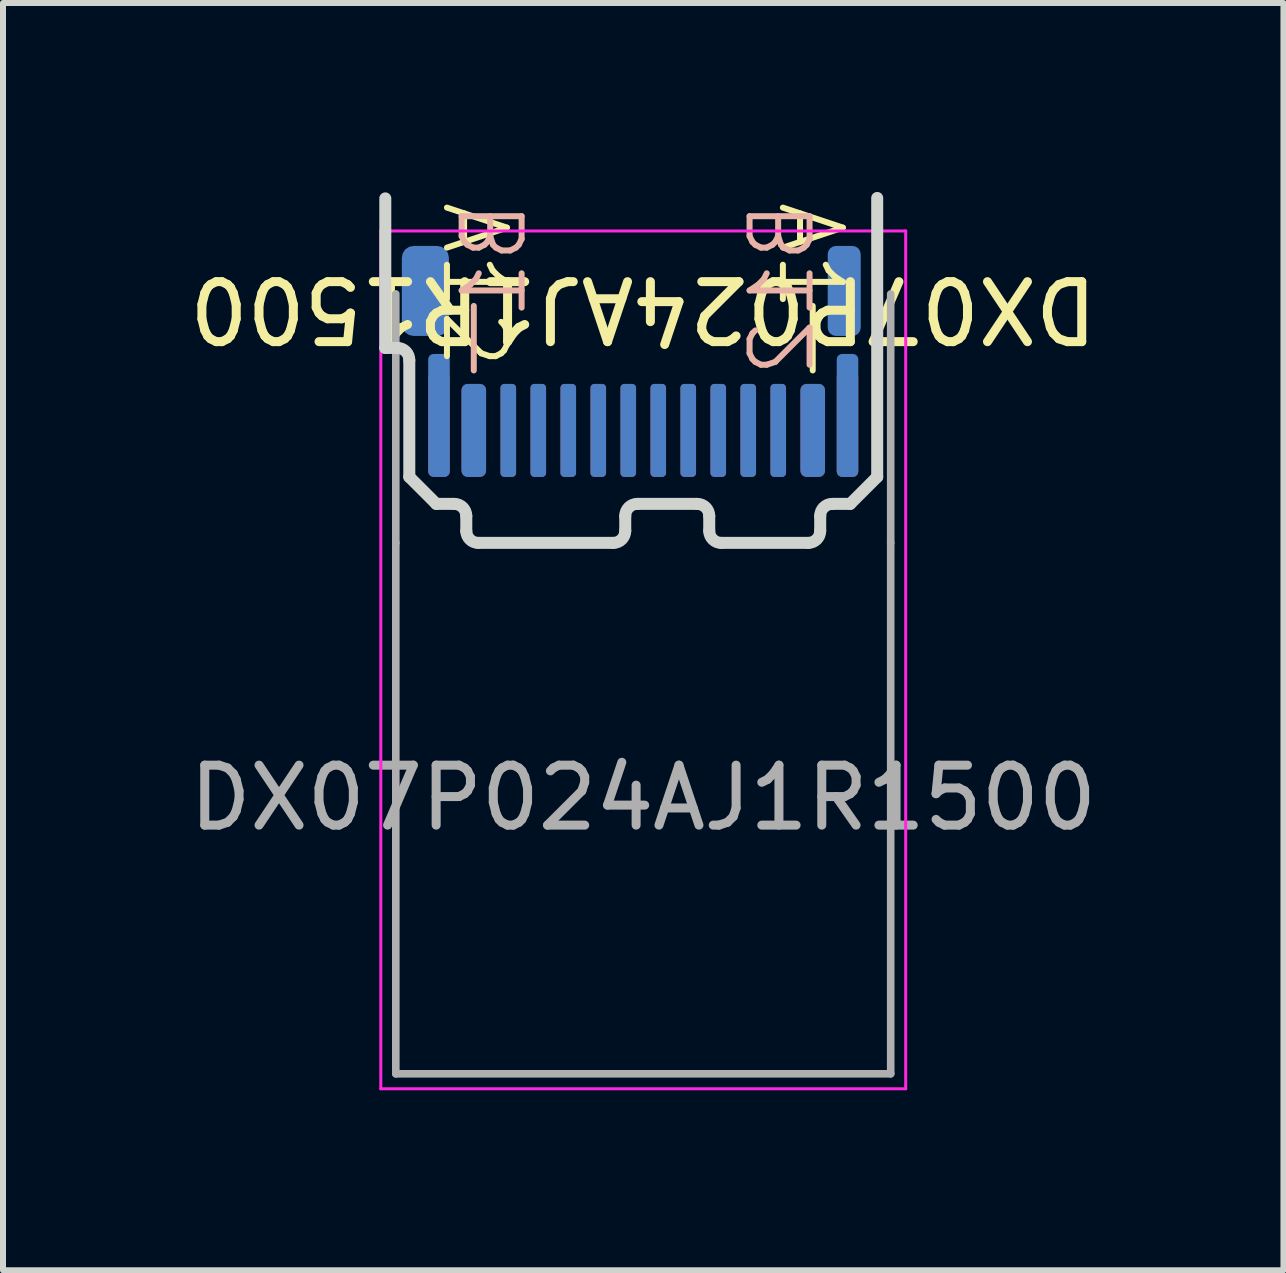
<source format=kicad_pcb>
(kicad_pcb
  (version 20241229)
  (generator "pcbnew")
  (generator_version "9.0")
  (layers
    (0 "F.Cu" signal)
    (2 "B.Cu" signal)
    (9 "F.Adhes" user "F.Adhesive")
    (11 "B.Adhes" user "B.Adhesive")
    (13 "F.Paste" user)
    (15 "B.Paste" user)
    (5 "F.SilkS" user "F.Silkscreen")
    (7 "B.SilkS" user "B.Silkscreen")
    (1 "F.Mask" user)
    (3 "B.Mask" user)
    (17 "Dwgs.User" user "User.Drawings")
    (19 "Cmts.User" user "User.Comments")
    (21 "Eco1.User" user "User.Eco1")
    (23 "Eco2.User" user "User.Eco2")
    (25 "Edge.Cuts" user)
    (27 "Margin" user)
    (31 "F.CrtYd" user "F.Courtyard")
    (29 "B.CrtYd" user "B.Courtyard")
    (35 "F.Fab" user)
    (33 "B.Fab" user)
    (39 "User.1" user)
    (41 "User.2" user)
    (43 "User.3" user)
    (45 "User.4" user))
  (footprint "DX07P024AJ1R1500"
    (layer "F.Cu")
    (at 11.573 0.25)
    (property "Reference" "DX07P024AJ1R1500" (at -3.9 1.85 180) (unlocked yes) (layer "F.SilkS") (effects (font (size 1 1) (thickness 0.15))))
    (attr smd)
    (fp_line (start -1.075 2.875) (end -1.075 1.8) (stroke (width 0.1) (type default)) (layer "F.SilkS"))
    (fp_line (start -6.725 2.875) (end -6.725 1.8) (stroke (width 0.1) (type default)) (layer "B.SilkS"))
    (fp_line (start -8.2 0.007) (end -8.2 2.5) (stroke (width 0.2) (type default)) (layer "Edge.Cuts"))
    (fp_line (start -8 2.5) (end -8.2 2.5) (stroke (width 0.2) (type default)) (layer "Edge.Cuts"))
    (fp_line (start -7.8 2.703) (end -7.8 4.65) (stroke (width 0.2) (type default)) (layer "Edge.Cuts"))
    (fp_line (start -7.35 5.1) (end -7.8 4.65) (stroke (width 0.2) (type default)) (layer "Edge.Cuts"))
    (fp_line (start -7.05 5.1) (end -7.35 5.1) (stroke (width 0.2) (type default)) (layer "Edge.Cuts"))
    (fp_line (start -6.85 5.3) (end -6.85 5.555) (stroke (width 0.2) (type default)) (layer "Edge.Cuts"))
    (fp_line (start -4.4 5.75) (end -6.65 5.75) (stroke (width 0.2) (type default)) (layer "Edge.Cuts"))
    (fp_line (start -4.2 5.3) (end -4.2 5.55) (stroke (width 0.2) (type default)) (layer "Edge.Cuts"))
    (fp_line (start -3 5.1) (end -4 5.1) (stroke (width 0.2) (type default)) (layer "Edge.Cuts"))
    (fp_line (start -2.8 5.3) (end -2.8 5.55) (stroke (width 0.2) (type default)) (layer "Edge.Cuts"))
    (fp_line (start -1.15 5.75) (end -2.6 5.75) (stroke (width 0.2) (type default)) (layer "Edge.Cuts"))
    (fp_line (start -0.95 5.3) (end -0.95 5.55) (stroke (width 0.2) (type default)) (layer "Edge.Cuts"))
    (fp_line (start -0.45 5.1) (end -0.75 5.1) (stroke (width 0.2) (type default)) (layer "Edge.Cuts"))
    (fp_line (start 0 0) (end 0 4.65) (stroke (width 0.2) (type default)) (layer "Edge.Cuts"))
    (fp_line (start 0 4.65) (end -0.45 5.1) (stroke (width 0.2) (type default)) (layer "Edge.Cuts"))
    (fp_arc (start -7.999992 2.500002) (mid -7.857345 2.559801) (end -7.799984 2.703445) (stroke (width 0.2) (type default)) (layer "Edge.Cuts"))
    (fp_arc (start -7.049992 5.099996) (mid -6.908581 5.158587) (end -6.849985 5.299996) (stroke (width 0.2) (type default)) (layer "Edge.Cuts"))
    (fp_arc (start -6.649992 5.749996) (mid -6.789625 5.693148) (end -6.849985 5.554998) (stroke (width 0.2) (type default)) (layer "Edge.Cuts"))
    (fp_arc (start -4.199991 5.3) (mid -4.141412 5.158575) (end -3.999986 5.099996) (stroke (width 0.2) (type default)) (layer "Edge.Cuts"))
    (fp_arc (start -4.199991 5.550003) (mid -4.258569 5.691416) (end -4.399981 5.749996) (stroke (width 0.2) (type default)) (layer "Edge.Cuts"))
    (fp_arc (start -2.999994 5.099996) (mid -2.858571 5.158574) (end -2.799994 5.299996) (stroke (width 0.2) (type default)) (layer "Edge.Cuts"))
    (fp_arc (start -2.599993 5.749996) (mid -2.741415 5.691415) (end -2.799994 5.549991) (stroke (width 0.2) (type default)) (layer "Edge.Cuts"))
    (fp_arc (start -0.949996 5.299995) (mid -0.891417 5.158573) (end -0.749996 5.099996) (stroke (width 0.2) (type default)) (layer "Edge.Cuts"))
    (fp_arc (start -0.949996 5.549993) (mid -1.008574 5.691415) (end -1.149997 5.749996) (stroke (width 0.2) (type default)) (layer "Edge.Cuts"))
    (fp_line (start -8.275 0.55) (end 0.475 0.55) (stroke (width 0.05) (type solid)) (layer "F.CrtYd"))
    (fp_line (start -8.275 14.85) (end -8.275 0.55) (stroke (width 0.05) (type solid)) (layer "F.CrtYd"))
    (fp_line (start 0.475 0.55) (end 0.475 14.85) (stroke (width 0.05) (type solid)) (layer "F.CrtYd"))
    (fp_line (start 0.475 14.85) (end -8.275 14.85) (stroke (width 0.05) (type solid)) (layer "F.CrtYd"))
    (fp_line (start -8.025 5.75) (end -8.025 1.6) (stroke (width 0.127) (type solid)) (layer "F.Fab"))
    (fp_line (start -8.025 14.6) (end -8.025 5.75) (stroke (width 0.127) (type solid)) (layer "F.Fab"))
    (fp_line (start 0.225 1.6) (end 0.225 5.75) (stroke (width 0.127) (type solid)) (layer "F.Fab"))
    (fp_line (start 0.225 5.75) (end 0.225 14.6) (stroke (width 0.127) (type solid)) (layer "F.Fab"))
    (fp_line (start 0.225 14.6) (end -8.025 14.6) (stroke (width 0.127) (type solid)) (layer "F.Fab"))
    (fp_text user "A1" (at -1.7 0 270) (unlocked yes) (layer "F.SilkS") (effects (font (size 1 1) (thickness 0.1)) (justify left bottom)))
    (fp_text user "A12" (at -7.3 0 270) (unlocked yes) (layer "F.SilkS") (effects (font (size 1 1) (thickness 0.1)) (justify left bottom)))
    (fp_text user "B1" (at -5.8 0 90) (unlocked yes) (layer "B.SilkS") (effects (font (size 1 1) (thickness 0.1)) (justify left bottom mirror)))
    (fp_text user "B12" (at -1 0 90) (unlocked yes) (layer "B.SilkS") (effects (font (size 1 1) (thickness 0.1)) (justify left bottom mirror)))
    (fp_text user "${REFERENCE}" (at -3.9 10 0) (unlocked yes) (layer "F.Fab") (effects (font (size 1 1) (thickness 0.15))))
    (pad "A1" smd roundrect (at -1.075 3.875) (size 0.41 1.55) (layers "F.Cu" "F.Mask" "F.Paste") (roundrect_rratio 0.25))
    (pad "A2" smd roundrect (at -1.65 3.875) (size 0.26 1.55) (layers "F.Cu" "F.Mask" "F.Paste") (roundrect_rratio 0.25))
    (pad "A3" smd roundrect (at -2.15 3.875) (size 0.26 1.55) (layers "F.Cu" "F.Mask" "F.Paste") (roundrect_rratio 0.25))
    (pad "A4" smd roundrect (at -2.65 3.875) (size 0.26 1.55) (layers "F.Cu" "F.Mask" "F.Paste") (roundrect_rratio 0.25))
    (pad "A5" smd roundrect (at -3.15 3.875) (size 0.26 1.55) (layers "F.Cu" "F.Mask" "F.Paste") (roundrect_rratio 0.25))
    (pad "A6" smd roundrect (at -3.65 3.875) (size 0.26 1.55) (layers "F.Cu" "F.Mask" "F.Paste") (roundrect_rratio 0.25))
    (pad "A7" smd roundrect (at -4.15 3.875) (size 0.26 1.55) (layers "F.Cu" "F.Mask" "F.Paste") (roundrect_rratio 0.25))
    (pad "A8" smd roundrect (at -4.65 3.875) (size 0.26 1.55) (layers "F.Cu" "F.Mask" "F.Paste") (roundrect_rratio 0.25))
    (pad "A9" smd roundrect (at -5.15 3.875) (size 0.26 1.55) (layers "F.Cu" "F.Mask" "F.Paste") (roundrect_rratio 0.25))
    (pad "A10" smd roundrect (at -5.65 3.875) (size 0.26 1.55) (layers "F.Cu" "F.Mask" "F.Paste") (roundrect_rratio 0.25))
    (pad "A11" smd roundrect (at -6.15 3.875) (size 0.26 1.55) (layers "F.Cu" "F.Mask" "F.Paste") (roundrect_rratio 0.25))
    (pad "A12" smd roundrect (at -6.725 3.875) (size 0.41 1.55) (layers "F.Cu" "F.Mask" "F.Paste") (roundrect_rratio 0.25))
    (pad "B1" smd roundrect (at -6.725 3.875) (size 0.41 1.55) (layers "B.Cu" "B.Mask" "B.Paste") (roundrect_rratio 0.25))
    (pad "B2" smd roundrect (at -6.15 3.875) (size 0.26 1.55) (layers "B.Cu" "B.Mask" "B.Paste") (roundrect_rratio 0.25))
    (pad "B3" smd roundrect (at -5.65 3.875) (size 0.26 1.55) (layers "B.Cu" "B.Mask" "B.Paste") (roundrect_rratio 0.25))
    (pad "B4" smd roundrect (at -5.15 3.875) (size 0.26 1.55) (layers "B.Cu" "B.Mask" "B.Paste") (roundrect_rratio 0.25))
    (pad "B5" smd roundrect (at -4.65 3.875) (size 0.26 1.55) (layers "B.Cu" "B.Mask" "B.Paste") (roundrect_rratio 0.25))
    (pad "B6" smd roundrect (at -4.15 3.875) (size 0.26 1.55) (layers "B.Cu" "B.Mask" "B.Paste") (roundrect_rratio 0.25))
    (pad "B7" smd roundrect (at -3.65 3.875) (size 0.26 1.55) (layers "B.Cu" "B.Mask" "B.Paste") (roundrect_rratio 0.25))
    (pad "B8" smd roundrect (at -3.15 3.875) (size 0.26 1.55) (layers "B.Cu" "B.Mask" "B.Paste") (roundrect_rratio 0.25))
    (pad "B9" smd roundrect (at -2.65 3.875) (size 0.26 1.55) (layers "B.Cu" "B.Mask" "B.Paste") (roundrect_rratio 0.25))
    (pad "B10" smd roundrect (at -2.15 3.875) (size 0.26 1.55) (layers "B.Cu" "B.Mask" "B.Paste") (roundrect_rratio 0.25))
    (pad "B11" smd roundrect (at -1.65 3.875) (size 0.26 1.55) (layers "B.Cu" "B.Mask" "B.Paste") (roundrect_rratio 0.25))
    (pad "B12" smd roundrect (at -1.075 3.875) (size 0.41 1.55) (layers "B.Cu" "B.Mask" "B.Paste") (roundrect_rratio 0.25))
    (pad "S1" smd roundrect (at -7.532 1.55) (size 0.785 1.5) (layers "B.Cu" "B.Mask" "B.Paste") (roundrect_rratio 0.25))
    (pad "S1" smd roundrect (at -7.305 3.625) (size 0.36 2.05) (layers "B.Cu" "B.Mask" "B.Paste") (roundrect_rratio 0.25))
    (pad "S1" smd roundrect (at -7.305 3.775) (size 0.36 1.75) (layers "F.Cu" "F.Mask" "F.Paste") (roundrect_rratio 0.25))
    (pad "S1" smd roundrect (at -0.55 1.55) (size 0.55 1.5) (layers "B.Cu" "B.Mask" "B.Paste") (roundrect_rratio 0.25))
    (pad "S1" smd roundrect (at -0.495 3.625) (size 0.36 2.05) (layers "B.Cu" "B.Mask" "B.Paste") (roundrect_rratio 0.25))
    (pad "S1" smd roundrect (at -0.495 3.775) (size 0.36 1.75) (layers "F.Cu" "F.Mask" "F.Paste") (roundrect_rratio 0.25)))
  (gr_rect
    (start -3 -3)
    (end 18.345 18.125)
    (stroke (width 0.1) (type default))
    (fill no)
    (layer "Edge.Cuts")))
</source>
